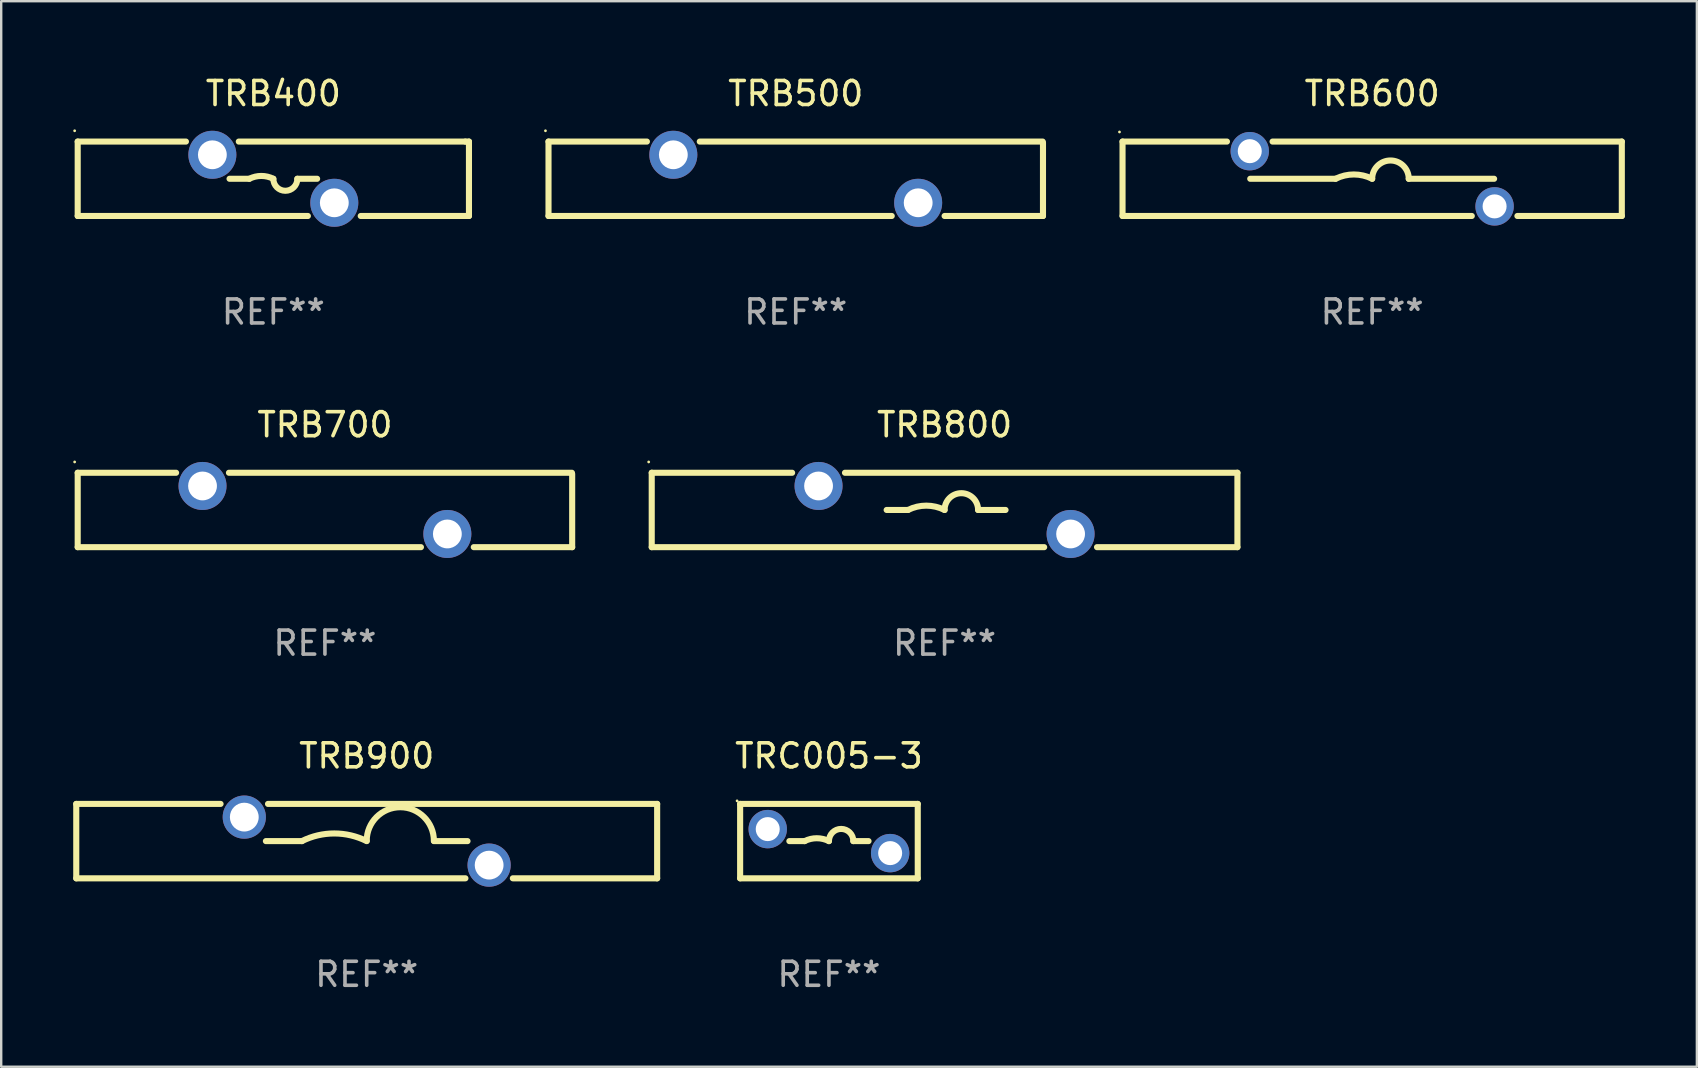
<source format=kicad_pcb>
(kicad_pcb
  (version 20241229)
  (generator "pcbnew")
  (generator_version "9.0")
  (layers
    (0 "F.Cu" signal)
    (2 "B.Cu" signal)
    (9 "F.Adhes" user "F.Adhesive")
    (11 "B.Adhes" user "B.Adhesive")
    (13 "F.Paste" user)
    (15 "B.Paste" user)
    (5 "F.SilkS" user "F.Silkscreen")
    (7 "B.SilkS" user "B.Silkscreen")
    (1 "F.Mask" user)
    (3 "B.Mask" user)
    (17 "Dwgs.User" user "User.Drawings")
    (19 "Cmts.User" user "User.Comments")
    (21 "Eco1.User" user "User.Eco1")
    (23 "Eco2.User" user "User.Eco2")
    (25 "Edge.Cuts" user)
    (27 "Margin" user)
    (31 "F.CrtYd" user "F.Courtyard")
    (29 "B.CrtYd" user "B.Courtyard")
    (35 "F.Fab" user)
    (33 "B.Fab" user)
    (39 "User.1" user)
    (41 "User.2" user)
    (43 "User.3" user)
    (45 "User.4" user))
  (footprint "TRB500"
    (layer "F.Cu")
    (at 30.101 4.398)
    (property "Reference" "TRB500" (at 0 -3.55 0) (layer "F.SilkS") (effects (font (size 1 1) (thickness 0.15))))
    (attr through_hole)
    (fp_line (start -10.3 -1.55) (end -6.201 -1.55) (stroke (width 0.254) (type solid)) (layer "F.SilkS"))
    (fp_line (start -10.3 1.55) (end -10.3 -1.55) (stroke (width 0.254) (type solid)) (layer "F.SilkS"))
    (fp_line (start -10.3 1.55) (end 3.999 1.55) (stroke (width 0.254) (type solid)) (layer "F.SilkS"))
    (fp_line (start -3.999 -1.55) (end 10.287 -1.55) (stroke (width 0.254) (type solid)) (layer "F.SilkS"))
    (fp_line (start 6.201 1.55) (end 10.3 1.55) (stroke (width 0.254) (type solid)) (layer "F.SilkS"))
    (fp_line (start 10.3 -1.5) (end 10.3 1.55) (stroke (width 0.254) (type solid)) (layer "F.SilkS"))
    (fp_circle (center -10.427 -2) (end -10.397 -2) (stroke (width 0.06) (type solid)) (fill no) (layer "F.SilkS"))
    (fp_text user "REF**" (at 0 5.55 0) (layer "F.Fab") (effects (font (size 1 1) (thickness 0.15))))
    (pad "1" thru_hole circle (at -5.1 -1) (size 2 2) (drill 1.2) (layers "*.Cu" "*.Mask"))
    (pad "2" thru_hole circle (at 5.1 1) (size 2 2) (drill 1.2) (layers "*.Cu" "*.Mask")))
  (footprint "TRB800"
    (layer "F.Cu")
    (at 36.301 18.195)
    (property "Reference" "TRB800" (at 0 -3.55 0) (layer "F.SilkS") (effects (font (size 1 1) (thickness 0.15))))
    (attr through_hole)
    (fp_line (start -12.2 -1.55) (end -6.351 -1.55) (stroke (width 0.254) (type solid)) (layer "F.SilkS"))
    (fp_line (start -12.2 1.55) (end -12.2 -1.55) (stroke (width 0.254) (type solid)) (layer "F.SilkS"))
    (fp_line (start -12.2 1.55) (end 4.149 1.55) (stroke (width 0.254) (type solid)) (layer "F.SilkS"))
    (fp_line (start -4.149 -1.55) (end 12.2 -1.55) (stroke (width 0.254) (type solid)) (layer "F.SilkS"))
    (fp_line (start -2.413 0) (end -1.524 0) (stroke (width 0.254) (type solid)) (layer "F.SilkS"))
    (fp_line (start 2.54 0) (end 1.397 0) (stroke (width 0.254) (type solid)) (layer "F.SilkS"))
    (fp_line (start 6.351 1.55) (end 12.2 1.55) (stroke (width 0.254) (type solid)) (layer "F.SilkS"))
    (fp_line (start 12.2 -1.55) (end 12.2 1.55) (stroke (width 0.254) (type solid)) (layer "F.SilkS"))
    (fp_arc (start -1.524003 0) (mid -0.762002 -0.179884) (end 0 0) (stroke (width 0.254001) (type solid)) (layer "F.SilkS"))
    (fp_arc (start -0.000001 0) (mid 0.698501 -0.698502) (end 1.397003 0) (stroke (width 0.254001) (type solid)) (layer "F.SilkS"))
    (fp_circle (center -12.327 -2) (end -12.297 -2) (stroke (width 0.06) (type solid)) (fill no) (layer "F.SilkS"))
    (fp_text user "REF**" (at 0 5.55 0) (layer "F.Fab") (effects (font (size 1 1) (thickness 0.15))))
    (pad "1" thru_hole circle (at -5.25 -1) (size 2 2) (drill 1.2) (layers "*.Cu" "*.Mask"))
    (pad "2" thru_hole circle (at 5.25 1) (size 2 2) (drill 1.2) (layers "*.Cu" "*.Mask")))
  (footprint "TRB600"
    (layer "F.Cu")
    (at 54.115 4.398)
    (property "Reference" "TRB600" (at 0 -3.55 0) (layer "F.SilkS") (effects (font (size 1 1) (thickness 0.15))))
    (attr through_hole)
    (fp_line (start -10.4 -1.55) (end -10.4 1.55) (stroke (width 0.254) (type solid)) (layer "F.SilkS"))
    (fp_line (start -10.4 -1.55) (end -6.05 -1.55) (stroke (width 0.254) (type solid)) (layer "F.SilkS"))
    (fp_line (start -10.4 1.55) (end 4.15 1.55) (stroke (width 0.254) (type solid)) (layer "F.SilkS"))
    (fp_line (start -5.08 0) (end -1.524 0) (stroke (width 0.254) (type solid)) (layer "F.SilkS"))
    (fp_line (start -4.15 -1.55) (end 10.4 -1.55) (stroke (width 0.254) (type solid)) (layer "F.SilkS"))
    (fp_line (start 5.08 0) (end 1.524 0) (stroke (width 0.254) (type solid)) (layer "F.SilkS"))
    (fp_line (start 6.05 1.55) (end 10.4 1.55) (stroke (width 0.254) (type solid)) (layer "F.SilkS"))
    (fp_line (start 10.4 -1.55) (end 10.4 1.55) (stroke (width 0.254) (type solid)) (layer "F.SilkS"))
    (fp_arc (start -1.524003 0) (mid -0.762002 -0.179884) (end 0 0) (stroke (width 0.254001) (type solid)) (layer "F.SilkS"))
    (fp_arc (start 0.000001 0) (mid 0.762002 -0.762001) (end 1.524003 0) (stroke (width 0.254001) (type solid)) (layer "F.SilkS"))
    (fp_circle (center -10.527 -1.95) (end -10.497 -1.95) (stroke (width 0.06) (type solid)) (fill no) (layer "F.SilkS"))
    (fp_text user "REF**" (at 0 5.55 0) (layer "F.Fab") (effects (font (size 1 1) (thickness 0.15))))
    (pad "1" thru_hole circle (at -5.1 -1.15) (size 1.6 1.6) (drill 1) (layers "*.Cu" "*.Mask"))
    (pad "2" thru_hole circle (at 5.1 1.15) (size 1.6 1.6) (drill 1) (layers "*.Cu" "*.Mask")))
  (footprint "TRB400"
    (layer "F.Cu")
    (at 8.337 4.398)
    (property "Reference" "TRB400" (at 0 -3.55 0) (layer "F.SilkS") (effects (font (size 1 1) (thickness 0.15))))
    (attr through_hole)
    (fp_line (start -8.15 -1.55) (end -3.641 -1.55) (stroke (width 0.254) (type solid)) (layer "F.SilkS"))
    (fp_line (start -8.15 1.55) (end -8.15 -1.55) (stroke (width 0.254) (type solid)) (layer "F.SilkS"))
    (fp_line (start -8.15 1.55) (end 1.439 1.55) (stroke (width 0.254) (type solid)) (layer "F.SilkS"))
    (fp_line (start -1.439 -1.55) (end 8 -1.55) (stroke (width 0.254) (type solid)) (layer "F.SilkS"))
    (fp_line (start -1 -0.000127) (end -1.824 -0.000127) (stroke (width 0.254) (type solid)) (layer "F.SilkS"))
    (fp_line (start 1.001 -0.000127) (end 1.824 -0.000127) (stroke (width 0.254) (type solid)) (layer "F.SilkS"))
    (fp_line (start 3.641 1.55) (end 8.15 1.55) (stroke (width 0.254) (type solid)) (layer "F.SilkS"))
    (fp_line (start 8 -1.55) (end 8.15 -1.55) (stroke (width 0.254) (type solid)) (layer "F.SilkS"))
    (fp_line (start 8.15 -1.55) (end 8.15 1.55) (stroke (width 0.254) (type solid)) (layer "F.SilkS"))
    (fp_arc (start -1 -0.000127) (mid -0.5 -0.118148) (end 0 -0.000127) (stroke (width 0.254001) (type solid)) (layer "F.SilkS"))
    (fp_arc (start 1.000762 -0.000127) (mid 0.500381 0.5) (end 0 -0.000127) (stroke (width 0.254001) (type solid)) (layer "F.SilkS"))
    (fp_circle (center -8.277 -2) (end -8.247 -2) (stroke (width 0.06) (type solid)) (fill no) (layer "F.SilkS"))
    (fp_text user "REF**" (at 0 5.55 0) (layer "F.Fab") (effects (font (size 1 1) (thickness 0.15))))
    (pad "1" thru_hole circle (at -2.54 -1) (size 2 2) (drill 1.2) (layers "*.Cu" "*.Mask"))
    (pad "2" thru_hole circle (at 2.54 1) (size 2 2) (drill 1.2) (layers "*.Cu" "*.Mask")))
  (footprint "TRB900"
    (layer "F.Cu")
    (at 12.227 31.991)
    (property "Reference" "TRB900" (at 0 -3.55 0) (layer "F.SilkS") (effects (font (size 1 1) (thickness 0.15))))
    (attr through_hole)
    (fp_line (start -12.1 -1.55) (end -6.088 -1.55) (stroke (width 0.254) (type solid)) (layer "F.SilkS"))
    (fp_line (start -12.1 1.55) (end -12.1 -1.55) (stroke (width 0.254) (type solid)) (layer "F.SilkS"))
    (fp_line (start -4.112 -1.55) (end 12.1 -1.55) (stroke (width 0.254) (type solid)) (layer "F.SilkS"))
    (fp_line (start -2.7 -0.000013) (end -4.2 -0.000013) (stroke (width 0.254) (type solid)) (layer "F.SilkS"))
    (fp_line (start 2.8 -0.000013) (end 4.2 -0.000013) (stroke (width 0.254) (type solid)) (layer "F.SilkS"))
    (fp_line (start 4.112 1.55) (end -12.1 1.55) (stroke (width 0.254) (type solid)) (layer "F.SilkS"))
    (fp_line (start 12.1 -1.55) (end 12.1 1.55) (stroke (width 0.254) (type solid)) (layer "F.SilkS"))
    (fp_line (start 12.1 1.55) (end 6.088 1.55) (stroke (width 0.254) (type solid)) (layer "F.SilkS"))
    (fp_arc (start -2.700025 -0.000013) (mid -1.350012 -0.318707) (end 0.000001 -0.000012) (stroke (width 0.254001) (type solid)) (layer "F.SilkS"))
    (fp_arc (start 0 -0.012713) (mid 1.399543 -1.411748) (end 2.799086 -0.012713) (stroke (width 0.254001) (type solid)) (layer "F.SilkS"))
    (fp_circle (center -12.1 -1.55) (end -12.07 -1.55) (stroke (width 0.06) (type solid)) (fill no) (layer "F.SilkS"))
    (fp_text user "REF**" (at 0 5.55 0) (layer "F.Fab") (effects (font (size 1 1) (thickness 0.15))))
    (pad "1" thru_hole circle (at -5.1 -1) (size 1.8 1.8) (drill 1.2) (layers "*.Cu" "*.Mask"))
    (pad "2" thru_hole circle (at 5.1 1) (size 1.8 1.8) (drill 1.2) (layers "*.Cu" "*.Mask")))
  (footprint "TRB700"
    (layer "F.Cu")
    (at 10.487 18.195)
    (property "Reference" "TRB700" (at 0 -3.55 0) (layer "F.SilkS") (effects (font (size 1 1) (thickness 0.15))))
    (attr through_hole)
    (fp_line (start -10.3 -1.55) (end -6.201 -1.55) (stroke (width 0.254) (type solid)) (layer "F.SilkS"))
    (fp_line (start -10.3 1.55) (end -10.3 -1.55) (stroke (width 0.254) (type solid)) (layer "F.SilkS"))
    (fp_line (start -10.3 1.55) (end 3.999 1.55) (stroke (width 0.254) (type solid)) (layer "F.SilkS"))
    (fp_line (start -3.999 -1.55) (end 10.287 -1.55) (stroke (width 0.254) (type solid)) (layer "F.SilkS"))
    (fp_line (start 6.201 1.55) (end 10.3 1.55) (stroke (width 0.254) (type solid)) (layer "F.SilkS"))
    (fp_line (start 10.3 -1.5) (end 10.3 1.55) (stroke (width 0.254) (type solid)) (layer "F.SilkS"))
    (fp_circle (center -10.427 -2) (end -10.397 -2) (stroke (width 0.06) (type solid)) (fill no) (layer "F.SilkS"))
    (fp_text user "REF**" (at 0 5.55 0) (layer "F.Fab") (effects (font (size 1 1) (thickness 0.15))))
    (pad "1" thru_hole circle (at -5.1 -1) (size 2 2) (drill 1.2) (layers "*.Cu" "*.Mask"))
    (pad "2" thru_hole circle (at 5.1 1) (size 2 2) (drill 1.2) (layers "*.Cu" "*.Mask")))
  (footprint "TRC005-3"
    (layer "F.Cu")
    (at 31.484 31.991)
    (property "Reference" "TRC005-3" (at 0 -3.55 0) (layer "F.SilkS") (effects (font (size 1 1) (thickness 0.15))))
    (attr through_hole)
    (fp_line (start -3.7 -1.55) (end 3.7 -1.55) (stroke (width 0.254) (type solid)) (layer "F.SilkS"))
    (fp_line (start -3.7 1.55) (end -3.7 -1.55) (stroke (width 0.254) (type solid)) (layer "F.SilkS"))
    (fp_line (start -1.649 0) (end -1.016 0) (stroke (width 0.254) (type solid)) (layer "F.SilkS"))
    (fp_line (start 1.649 0) (end 1.016 0) (stroke (width 0.254) (type solid)) (layer "F.SilkS"))
    (fp_line (start 3.7 -1.55) (end 3.7 1.55) (stroke (width 0.254) (type solid)) (layer "F.SilkS"))
    (fp_line (start 3.7 1.55) (end -3.7 1.55) (stroke (width 0.254) (type solid)) (layer "F.SilkS"))
    (fp_arc (start -1.016002 0) (mid -0.508001 -0.119923) (end 0 0) (stroke (width 0.254001) (type solid)) (layer "F.SilkS"))
    (fp_arc (start 0 0) (mid 0.508001 -0.508001) (end 1.016002 0) (stroke (width 0.254001) (type solid)) (layer "F.SilkS"))
    (fp_circle (center -3.827 -1.677) (end -3.797 -1.677) (stroke (width 0.06) (type solid)) (fill no) (layer "F.SilkS"))
    (fp_text user "REF**" (at 0 5.55 0) (layer "F.Fab") (effects (font (size 1 1) (thickness 0.15))))
    (pad "1" thru_hole circle (at -2.55 -0.5) (size 1.6 1.6) (drill 1) (layers "*.Cu" "*.Mask"))
    (pad "2" thru_hole circle (at 2.55 0.5) (size 1.6 1.6) (drill 1) (layers "*.Cu" "*.Mask")))
  (gr_rect
    (start -3 -3)
    (end 67.642 41.39)
    (stroke (width 0.1) (type default))
    (fill no)
    (layer "Edge.Cuts")))
</source>
